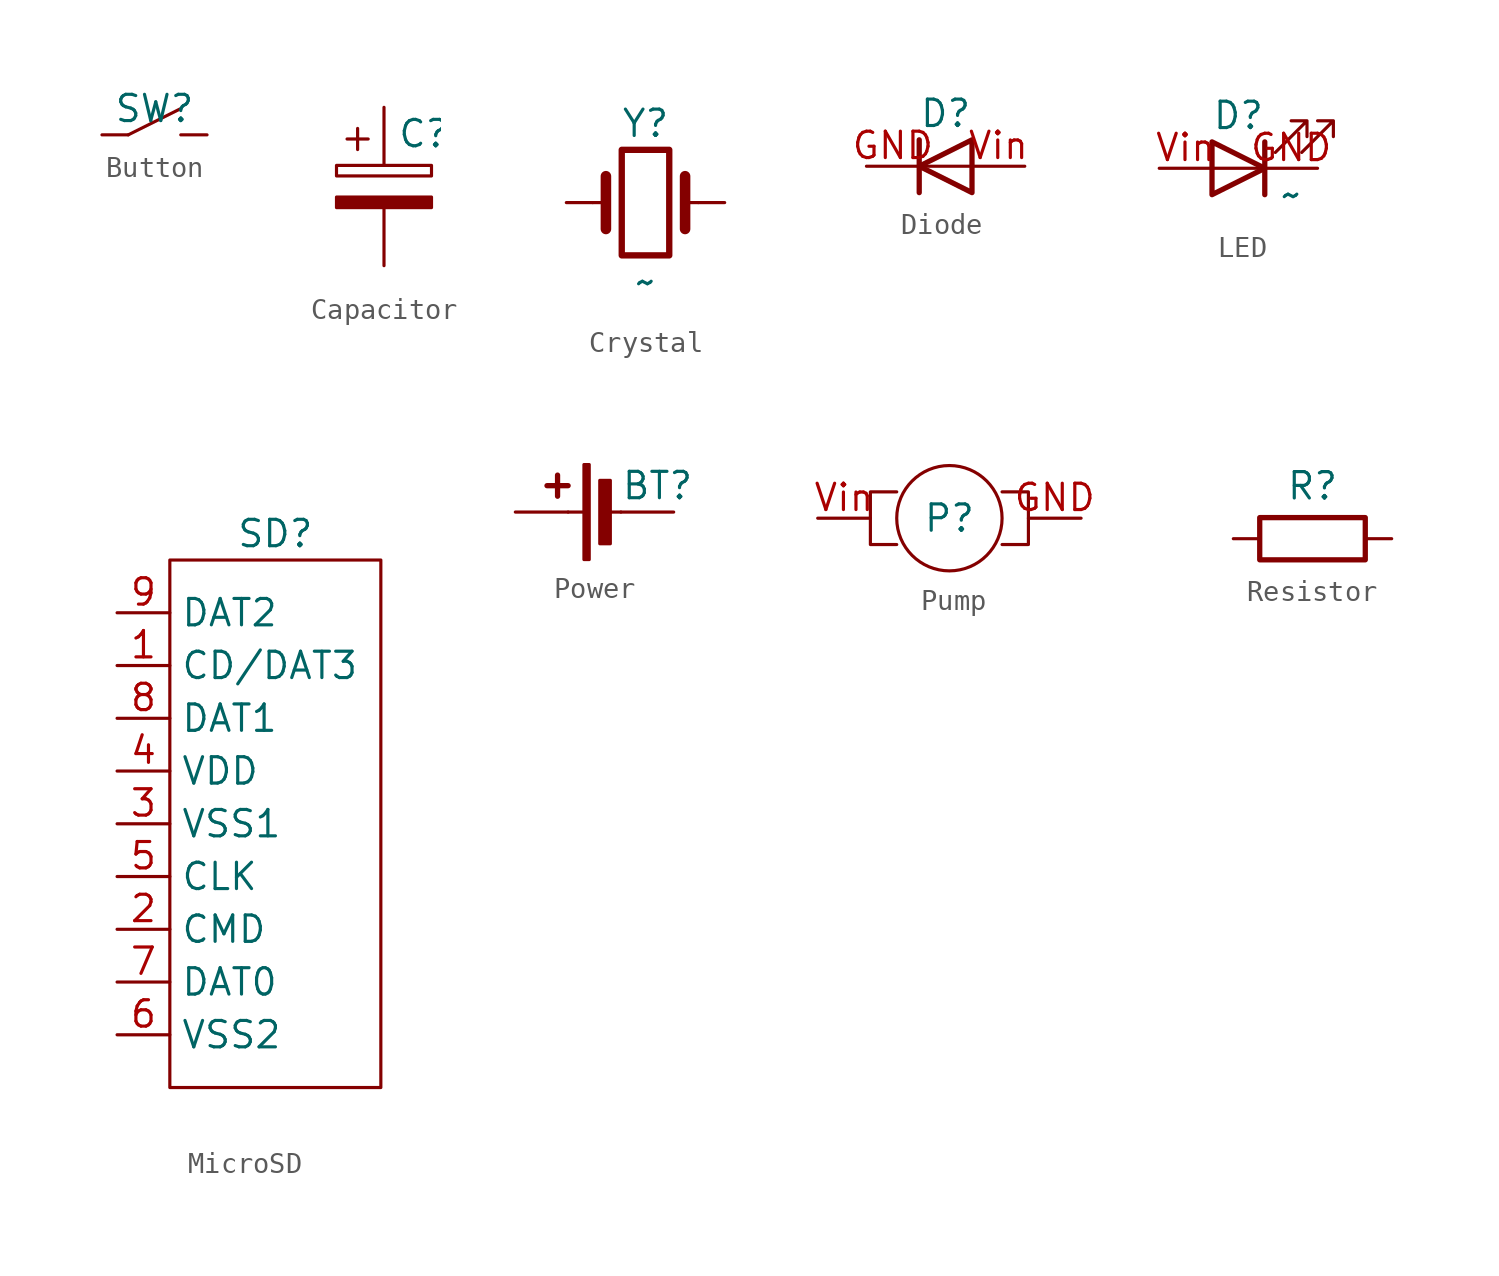
<source format=kicad_sym>
(kicad_symbol_lib
  (version 20241209)
  (generator "kicad_symbol_editor")
  (generator_version "9.0")
  (symbol "Button"
    (pin_numbers
      (hide yes))
    (pin_names
      (hide yes))
    (property "Reference" "SW"
      (at 0 1.27 0)
      (effects (font (size 1.27 1.27))))
    (symbol "Button_0_1"
      (polyline (pts (xy -1.27 0) (xy 1.27 1.27)) (stroke (width 0) (type default)) (fill (type none))))
    (symbol "Button_1_1"
      (pin passive line (at -2.54 0 0) (length 1.27) (name "1" (effects (font (size 1.27 1.27)))) (number "1" (effects (font (size 1.27 1.27)))))
      (pin passive line (at 2.54 0 180) (length 1.27) (name "2" (effects (font (size 1.27 1.27)))) (number "2" (effects (font (size 1.27 1.27)))))))
  (symbol "Capacitor"
    (pin_numbers
      (hide yes))
    (pin_names
      (offset 0.254)
      (hide yes))
    (property "Reference" "C"
      (at 0.635 2.54 0)
      (do_not_autoplace)
      (effects (font (size 1.27 1.27)) (justify left)))
    (symbol "Capacitor_0_1"
      (rectangle (start -2.286 0.508) (end 2.286 1.016) (stroke (width 0) (type default)) (fill (type none)))
      (polyline (pts (xy -1.778 2.286) (xy -0.762 2.286)) (stroke (width 0) (type default)) (fill (type none)))
      (polyline (pts (xy -1.27 2.794) (xy -1.27 1.778)) (stroke (width 0) (type default)) (fill (type none)))
      (rectangle (start 2.286 -0.508) (end -2.286 -1.016) (stroke (width 0) (type default)) (fill (type outline))))
    (symbol "Capacitor_1_1"
      (pin power_in line (at 0 3.81 270) (length 2.794) (name "VCC" (effects (font (size 1.27 1.27)))) (number "Vin" (effects (font (size 1.27 1.27)))))
      (pin passive line (at 0 -3.81 90) (length 2.794) (name "GND" (effects (font (size 1.27 1.27)))) (number "GND" (effects (font (size 1.27 1.27)))))))
  (symbol "Crystal"
    (pin_numbers
      (hide yes))
    (pin_names
      (offset 1.016)
      (hide yes))
    (property "Reference" "Y"
      (at 0 3.81 0)
      (do_not_autoplace)
      (effects (font (size 1.27 1.27))))
    (property "Value" "~"
      (at 0 -3.81 0)
      (do_not_autoplace)
      (effects (font (size 1.27 1.27))))
    (symbol "Crystal_0_1"
      (polyline (pts (xy -2.54 0) (xy -1.905 0)) (stroke (width 0) (type default)) (fill (type none)))
      (polyline (pts (xy -1.905 -1.27) (xy -1.905 1.27)) (stroke (width 0.508) (type default)) (fill (type none)))
      (rectangle (start -1.143 2.54) (end 1.143 -2.54) (stroke (width 0.305) (type default)) (fill (type none)))
      (polyline (pts (xy 1.905 -1.27) (xy 1.905 1.27)) (stroke (width 0.508) (type default)) (fill (type none)))
      (polyline (pts (xy 2.54 0) (xy 1.905 0)) (stroke (width 0) (type default)) (fill (type none))))
    (symbol "Crystal_1_1"
      (pin passive line (at -3.81 0 0) (length 1.27) (name "1" (effects (font (size 1.27 1.27)))) (number "1" (effects (font (size 1.27 1.27)))))
      (pin passive line (at 3.81 0 180) (length 1.27) (name "2" (effects (font (size 1.27 1.27)))) (number "2" (effects (font (size 1.27 1.27)))))))
  (symbol "Diode"
    (pin_names
      (offset 1.016)
      (hide yes))
    (property "Reference" "D"
      (at 0 2.54 0)
      (do_not_autoplace)
      (effects (font (size 1.27 1.27))))
    (symbol "Diode_0_1"
      (polyline (pts (xy -1.27 1.27) (xy -1.27 -1.27)) (stroke (width 0.254) (type default)) (fill (type none)))
      (polyline (pts (xy 1.27 1.27) (xy 1.27 -1.27) (xy -1.27 0) (xy 1.27 1.27)) (stroke (width 0.254) (type default)) (fill (type none)))
      (polyline (pts (xy 1.27 0) (xy -1.27 0)) (stroke (width 0) (type default)) (fill (type none))))
    (symbol "Diode_1_1"
      (pin passive line (at -3.81 0 0) (length 2.54) (name "K" (effects (font (size 1.27 1.27)))) (number "GND" (effects (font (size 1.27 1.27)))))
      (pin power_in line (at 3.81 0 180) (length 2.54) (name "A" (effects (font (size 1.27 1.27)))) (number "Vin" (effects (font (size 1.27 1.27)))))))
  (symbol "LED"
    (pin_names
      (offset 1.016)
      (hide yes))
    (property "Reference" "D"
      (at 0 2.54 0)
      (do_not_autoplace)
      (effects (font (size 1.27 1.27))))
    (property "Value" "~"
      (at 2.54 -1.27 0)
      (do_not_autoplace)
      (effects (font (size 1.27 1.27))))
    (symbol "LED_0_1"
      (polyline (pts (xy -1.27 1.27) (xy -1.27 -1.27) (xy 1.27 0) (xy -1.27 1.27)) (stroke (width 0.254) (type default)) (fill (type none)))
      (polyline (pts (xy 1.27 1.27) (xy 1.27 -1.27)) (stroke (width 0.254) (type default)) (fill (type none)))
      (polyline (pts (xy 1.27 0) (xy -1.27 0)) (stroke (width 0) (type default)) (fill (type none)))
      (polyline (pts (xy 1.778 0.762) (xy 3.302 2.286) (xy 2.54 2.286) (xy 3.302 2.286) (xy 3.302 1.524)) (stroke (width 0) (type default)) (fill (type none)))
      (polyline (pts (xy 3.048 0.762) (xy 4.572 2.286) (xy 3.81 2.286) (xy 4.572 2.286) (xy 4.572 1.524)) (stroke (width 0) (type default)) (fill (type none))))
    (symbol "LED_1_1"
      (pin power_in line (at -3.81 0 0) (length 2.54) (name "Vin" (effects (font (size 1.27 1.27)))) (number "Vin" (effects (font (size 1.27 1.27)))))
      (pin passive line (at 3.81 0 180) (length 2.54) (name "GND" (effects (font (size 1.27 1.27)))) (number "GND" (effects (font (size 1.27 1.27)))))))
  (symbol "MicroSD"
    (property "Reference" "SD"
      (at 5.08 1.27 0)
      (do_not_autoplace)
      (effects (font (size 1.27 1.27))))
    (symbol "MicroSD_0_1"
      (rectangle (start 0 0) (end 10.16 -25.4) (stroke (width 0) (type default)) (fill (type none))))
    (symbol "MicroSD_1_1"
      (pin passive line (at -2.54 -2.54 0) (length 2.54) (name "DAT2" (effects (font (size 1.27 1.27)))) (number "9" (effects (font (size 1.27 1.27)))))
      (pin passive line (at -2.54 -5.08 0) (length 2.54) (name "CD/DAT3" (effects (font (size 1.27 1.27)))) (number "1" (effects (font (size 1.27 1.27)))))
      (pin passive line (at -2.54 -7.62 0) (length 2.54) (name "DAT1" (effects (font (size 1.27 1.27)))) (number "8" (effects (font (size 1.27 1.27)))))
      (pin passive line (at -2.54 -10.16 0) (length 2.54) (name "VDD" (effects (font (size 1.27 1.27)))) (number "4" (effects (font (size 1.27 1.27)))))
      (pin passive line (at -2.54 -12.7 0) (length 2.54) (name "VSS1" (effects (font (size 1.27 1.27)))) (number "3" (effects (font (size 1.27 1.27)))))
      (pin passive line (at -2.54 -15.24 0) (length 2.54) (name "CLK" (effects (font (size 1.27 1.27)))) (number "5" (effects (font (size 1.27 1.27)))))
      (pin passive line (at -2.54 -17.78 0) (length 2.54) (name "CMD" (effects (font (size 1.27 1.27)))) (number "2" (effects (font (size 1.27 1.27)))))
      (pin passive line (at -2.54 -20.32 0) (length 2.54) (name "DAT0" (effects (font (size 1.27 1.27)))) (number "7" (effects (font (size 1.27 1.27)))))
      (pin passive line (at -2.54 -22.86 0) (length 2.54) (name "VSS2" (effects (font (size 1.27 1.27)))) (number "6" (effects (font (size 1.27 1.27)))))))
  (symbol "Power"
    (pin_numbers
      (hide yes))
    (pin_names
      (offset 0)
      (hide yes))
    (property "Reference" "BT"
      (at 1.27 1.27 0)
      (do_not_autoplace)
      (effects (font (size 1.27 1.27)) (justify left)))
    (symbol "Power_0_1"
      (polyline (pts (xy -2.286 1.27) (xy -1.27 1.27)) (stroke (width 0.254) (type default)) (fill (type none)))
      (polyline (pts (xy -1.778 0.762) (xy -1.778 1.778)) (stroke (width 0.254) (type default)) (fill (type none)))
      (polyline (pts (xy -0.508 0) (xy -1.27 0)) (stroke (width 0) (type default)) (fill (type none)))
      (rectangle (start -0.508 -2.286) (end -0.254 2.286) (stroke (width 0) (type default)) (fill (type outline)))
      (rectangle (start 0.254 -1.524) (end 0.762 1.524) (stroke (width 0) (type default)) (fill (type outline)))
      (polyline (pts (xy 0.508 0) (xy 1.27 0)) (stroke (width 0) (type default)) (fill (type none))))
    (symbol "Power_1_1"
      (pin power_out line (at -3.81 0 0) (length 2.54) (name "+" (effects (font (size 1.27 1.27)))) (number "Vout" (effects (font (size 1.27 1.27)))))
      (pin passive line (at 3.81 0 180) (length 2.54) (name "-" (effects (font (size 1.27 1.27)))) (number "GND" (effects (font (size 1.27 1.27)))))))
  (symbol "Pump"
    (pin_names
      (hide yes))
    (property "Reference" "P"
      (at 0 0 0)
      (do_not_autoplace)
      (effects (font (size 1.27 1.27))))
    (symbol "Pump_0_1"
      (polyline (pts (xy -2.54 1.27) (xy -3.81 1.27) (xy -3.81 -1.27) (xy -2.54 -1.27)) (stroke (width 0) (type default)) (fill (type none)))
      (circle (center 0 0) (radius 2.54) (stroke (width 0) (type default)) (fill (type none)))
      (polyline (pts (xy 2.54 -1.27) (xy 3.81 -1.27) (xy 3.81 1.27) (xy 2.54 1.27)) (stroke (width 0) (type default)) (fill (type none))))
    (symbol "Pump_1_1"
      (pin power_in line (at -6.35 0 0) (length 2.54) (name "VCC" (effects (font (size 1.27 1.27)))) (number "Vin" (effects (font (size 1.27 1.27)))))
      (pin passive line (at 6.35 0 180) (length 2.54) (name "GND" (effects (font (size 1.27 1.27)))) (number "GND" (effects (font (size 1.27 1.27)))))))
  (symbol "Resistor"
    (pin_numbers
      (hide yes))
    (pin_names
      (offset 0)
      (hide yes))
    (property "Reference" "R"
      (at 0 2.54 0)
      (do_not_autoplace)
      (effects (font (size 1.27 1.27))))
    (symbol "Resistor_0_1"
      (rectangle (start 2.54 1.016) (end -2.54 -1.016) (stroke (width 0.254) (type default)) (fill (type none))))
    (symbol "Resistor_1_1"
      (pin passive line (at -3.81 0 0) (length 1.27) (name "" (effects (font (size 1.27 1.27)))) (number "1" (effects (font (size 1.27 1.27)))))
      (pin passive line (at 3.81 0 180) (length 1.27) (name "" (effects (font (size 1.27 1.27)))) (number "2" (effects (font (size 1.27 1.27))))))))
</source>
